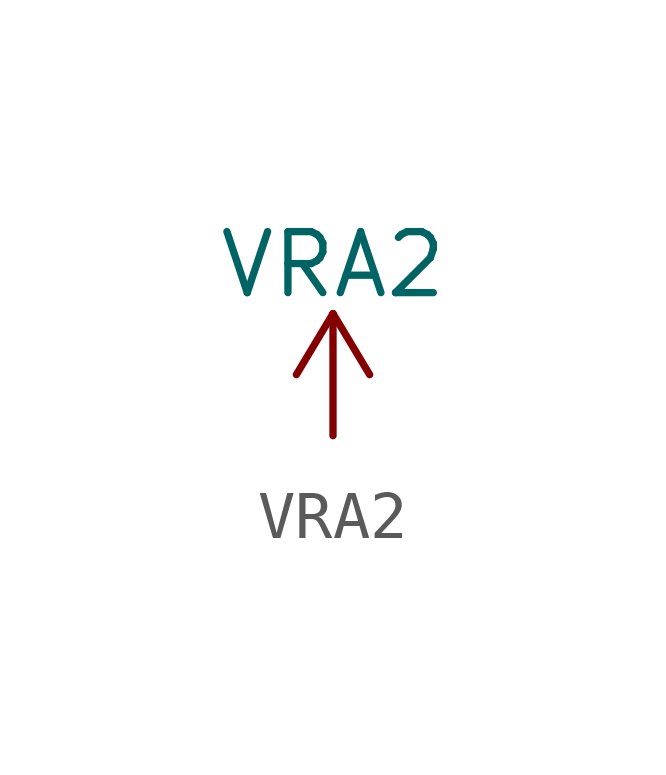
<source format=kicad_sym>
(kicad_symbol_lib
  (version 20211014)
  (generator kicad_symbol_editor)
  (symbol "VRA2"
    (power)
    (pin_names
      (offset 0))
    (property "Reference" "#PWR"
      (at 0 -3.81 0)
      (effects (font (size 1.27 1.27)) hide))
    (property "Value" "VRA2"
      (at 0 3.556 0)
      (effects (font (size 1.27 1.27))))
    (symbol "VRA2_0_1"
      (polyline (pts (xy -0.762 1.27) (xy 0 2.54)) (stroke (width 0) (type default) (color 0 0 0 0)) (fill (type none)))
      (polyline (pts (xy 0 0) (xy 0 2.54)) (stroke (width 0) (type default) (color 0 0 0 0)) (fill (type none)))
      (polyline (pts (xy 0 2.54) (xy 0.762 1.27)) (stroke (width 0) (type default) (color 0 0 0 0)) (fill (type none))))
    (symbol "VRA2_1_1"
      (pin power_in line (at 0 0 90) (length 0) hide (name "+1V8" (effects (font (size 1.27 1.27)))) (number "1" (effects (font (size 1.27 1.27))))))))
</source>
